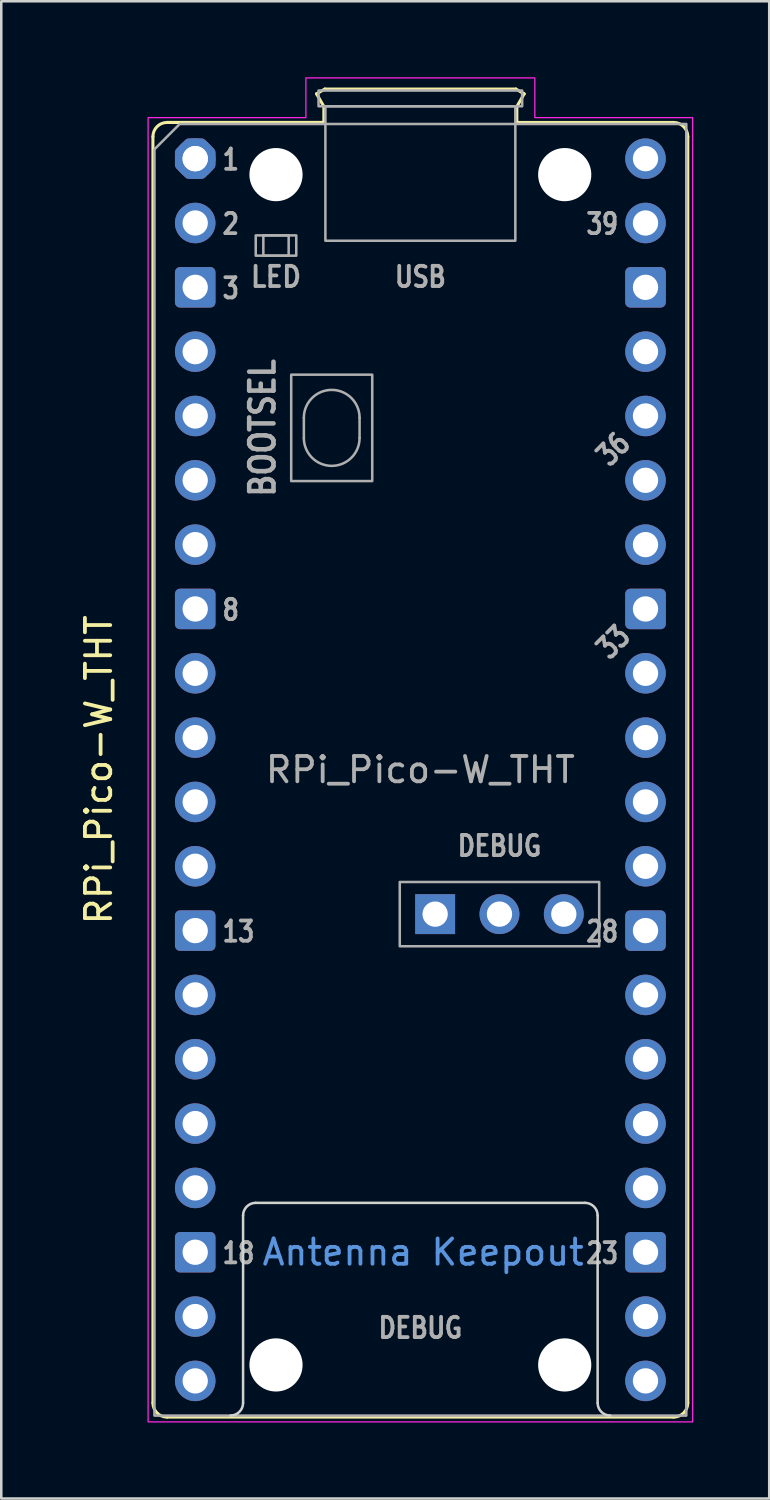
<source format=kicad_pcb>
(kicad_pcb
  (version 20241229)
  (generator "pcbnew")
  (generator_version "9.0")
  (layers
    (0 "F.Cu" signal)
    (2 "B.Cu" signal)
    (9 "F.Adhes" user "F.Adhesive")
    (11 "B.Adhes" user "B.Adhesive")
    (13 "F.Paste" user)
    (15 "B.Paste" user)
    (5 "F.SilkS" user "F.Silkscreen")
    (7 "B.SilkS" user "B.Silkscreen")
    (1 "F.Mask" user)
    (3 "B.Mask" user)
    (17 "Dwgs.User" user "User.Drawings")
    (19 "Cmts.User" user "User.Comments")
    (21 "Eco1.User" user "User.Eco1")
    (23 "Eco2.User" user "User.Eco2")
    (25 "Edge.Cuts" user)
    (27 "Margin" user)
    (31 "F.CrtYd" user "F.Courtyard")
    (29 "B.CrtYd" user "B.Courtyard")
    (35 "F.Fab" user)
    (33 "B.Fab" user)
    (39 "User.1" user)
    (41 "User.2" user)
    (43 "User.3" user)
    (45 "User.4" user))
  (footprint "RPi_Pico-W_THT"
    (layer "F.Cu")
    (at 4.658 3.215)
    (property "Reference" "RPi_Pico-W_THT" (at -3.81 24.13 270) (layer "F.SilkS") (effects (font (size 1 1) (thickness 0.15))))
    (attr through_hole)
    (fp_line (start -1.67 -0.87) (end -1.67 49.13) (stroke (width 0.12) (type solid)) (layer "F.SilkS"))
    (fp_line (start -1.11 -1.43) (end 5.08 -1.43) (stroke (width 0.12) (type solid)) (layer "F.SilkS"))
    (fp_line (start -1.11 49.69) (end 18.89 49.69) (stroke (width 0.12) (type solid)) (layer "F.SilkS"))
    (fp_line (start 4.79 -2.56) (end 5.12 -2.75) (stroke (width 0.12) (type solid)) (layer "F.SilkS"))
    (fp_line (start 5.08 -2.06) (end 4.79 -2.56) (stroke (width 0.12) (type solid)) (layer "F.SilkS"))
    (fp_line (start 5.08 -1.43) (end -1.11 -1.43) (stroke (width 0.12) (type solid)) (layer "F.SilkS"))
    (fp_line (start 5.08 -1.43) (end 5.08 -2.06) (stroke (width 0.12) (type solid)) (layer "F.SilkS"))
    (fp_line (start 5.12 -2.75) (end 12.66 -2.75) (stroke (width 0.12) (type solid)) (layer "F.SilkS"))
    (fp_line (start 12.66 -2.75) (end 12.99 -2.56) (stroke (width 0.12) (type solid)) (layer "F.SilkS"))
    (fp_line (start 12.7 -2.06) (end 12.7 -1.43) (stroke (width 0.12) (type solid)) (layer "F.SilkS"))
    (fp_line (start 12.99 -2.56) (end 12.7 -2.06) (stroke (width 0.12) (type solid)) (layer "F.SilkS"))
    (fp_line (start 18.89 -1.43) (end 12.7 -1.43) (stroke (width 0.12) (type solid)) (layer "F.SilkS"))
    (fp_line (start 19.45 -0.87) (end 19.45 49.13) (stroke (width 0.12) (type solid)) (layer "F.SilkS"))
    (fp_arc (start -1.67 -0.87) (mid -1.50598 -1.26598) (end -1.11 -1.43) (stroke (width 0.12) (type solid)) (layer "F.SilkS"))
    (fp_arc (start -1.11 49.69) (mid -1.50598 49.52598) (end -1.67 49.13) (stroke (width 0.12) (type solid)) (layer "F.SilkS"))
    (fp_arc (start 18.89 -1.43) (mid 19.28598 -1.26598) (end 19.45 -0.87) (stroke (width 0.12) (type solid)) (layer "F.SilkS"))
    (fp_arc (start 19.45 49.13) (mid 19.28598 49.52598) (end 18.89 49.69) (stroke (width 0.12) (type solid)) (layer "F.SilkS"))
    (fp_line (start 1.89 49.13) (end 1.89 41.73) (stroke (width 0.1) (type solid)) (layer "Edge.Cuts"))
    (fp_line (start 2.39 41.23) (end 15.39 41.23) (stroke (width 0.1) (type solid)) (layer "Edge.Cuts"))
    (fp_line (start 15.89 41.73) (end 15.89 49.13) (stroke (width 0.1) (type solid)) (layer "Edge.Cuts"))
    (fp_arc (start 1.89 41.73) (mid 2.036447 41.376447) (end 2.39 41.23) (stroke (width 0.1) (type solid)) (layer "Edge.Cuts"))
    (fp_arc (start 1.89 49.13) (mid 1.743553 49.483553) (end 1.39 49.63) (stroke (width 0.1) (type solid)) (layer "Edge.Cuts"))
    (fp_arc (start 15.39 41.23) (mid 15.743553 41.376447) (end 15.89 41.73) (stroke (width 0.1) (type solid)) (layer "Edge.Cuts"))
    (fp_arc (start 16.39 49.63) (mid 16.036447 49.483553) (end 15.89 49.13) (stroke (width 0.1) (type solid)) (layer "Edge.Cuts"))
    (fp_poly (pts (xy 13.41 -1.62) (xy 19.64 -1.62) (xy 19.64 49.88) (xy -1.86 49.88) (xy -1.86 -1.62) (xy 4.37 -1.62) (xy 4.37 -3.19) (xy 13.41 -3.19)) (stroke (width 0.05) (type solid)) (fill no) (layer "F.CrtYd"))
    (fp_line (start 4.29 10.23) (end 4.29 11.03) (stroke (width 0.1) (type solid)) (layer "F.Fab"))
    (fp_line (start 6.49 10.23) (end 6.49 11.03) (stroke (width 0.1) (type solid)) (layer "F.Fab"))
    (fp_rect (start 2.39 3.03) (end 3.99 3.83) (stroke (width 0.1) (type solid)) (fill no) (layer "F.Fab"))
    (fp_rect (start 2.69 3.03) (end 3.69 3.83) (stroke (width 0.1) (type solid)) (fill no) (layer "F.Fab"))
    (fp_rect (start 3.79 8.53) (end 6.99 12.73) (stroke (width 0.1) (type solid)) (fill no) (layer "F.Fab"))
    (fp_rect (start 4.87 -2.69) (end 12.91 -2.07) (stroke (width 0.1) (type solid)) (fill no) (layer "F.Fab"))
    (fp_rect (start 5.14 -2.07) (end 12.64 3.24) (stroke (width 0.1) (type solid)) (fill no) (layer "F.Fab"))
    (fp_rect (start 8.077 28.56) (end 15.951 31.1) (stroke (width 0.1) (type solid)) (fill no) (layer "F.Fab"))
    (fp_arc (start 4.29 10.23) (mid 5.39 9.13) (end 6.49 10.23) (stroke (width 0.1) (type solid)) (layer "F.Fab"))
    (fp_arc (start 6.49 11.03) (mid 5.39 12.13) (end 4.29 11.03) (stroke (width 0.1) (type solid)) (layer "F.Fab"))
    (fp_poly (pts (xy 19.39 49.63) (xy -1.61 49.63) (xy -1.61 -0.37) (xy -0.61 -1.37) (xy 19.39 -1.37)) (stroke (width 0.1) (type solid)) (fill no) (layer "F.Fab"))
    (fp_text user "Antenna Keepout" (at 9 43.18 0) (unlocked yes) (layer "Cmts.User") (effects (font (size 1 1) (thickness 0.15))))
    (fp_text user "${REFERENCE}" (at 8.89 24.13 0) (unlocked yes) (layer "F.Fab") (effects (font (size 1 1) (thickness 0.15))))
    (fp_text user "36" (at 16.51 11.468 45) (unlocked yes) (layer "F.Fab") (effects (font (size 0.8 0.64) (thickness 0.15))))
    (fp_text user "8" (at 1 17.818 0) (unlocked yes) (layer "F.Fab") (effects (font (size 0.8 0.64) (thickness 0.15)) (justify left)))
    (fp_text user "2" (at 1 2.578 0) (unlocked yes) (layer "F.Fab") (effects (font (size 0.8 0.64) (thickness 0.15)) (justify left)))
    (fp_text user "BOOTSEL" (at 2.656 10.63 90) (unlocked yes) (layer "F.Fab") (effects (font (size 0.96 0.825) (thickness 0.18))))
    (fp_text user "LED" (at 3.19 4.668 0) (unlocked yes) (layer "F.Fab") (effects (font (size 0.8 0.72) (thickness 0.15))))
    (fp_text user "13" (at 1 30.518 0) (unlocked yes) (layer "F.Fab") (effects (font (size 0.8 0.64) (thickness 0.15)) (justify left)))
    (fp_text user "DEBUG" (at 8.89 46.168 0) (unlocked yes) (layer "F.Fab") (effects (font (size 0.8 0.66) (thickness 0.15))))
    (fp_text user "28" (at 16.78 30.518 0) (unlocked yes) (layer "F.Fab") (effects (font (size 0.8 0.64) (thickness 0.15)) (justify right)))
    (fp_text user "USB" (at 8.89 4.668 0) (unlocked yes) (layer "F.Fab") (effects (font (size 0.8 0.66) (thickness 0.15))))
    (fp_text user "18" (at 1 43.218 0) (unlocked yes) (layer "F.Fab") (effects (font (size 0.8 0.64) (thickness 0.15)) (justify left)))
    (fp_text user "1" (at 1 0.038 0) (unlocked yes) (layer "F.Fab") (effects (font (size 0.8 0.64) (thickness 0.15)) (justify left)))
    (fp_text user "39" (at 16.78 2.578 0) (unlocked yes) (layer "F.Fab") (effects (font (size 0.8 0.64) (thickness 0.15)) (justify right)))
    (fp_text user "3" (at 1 5.118 0) (unlocked yes) (layer "F.Fab") (effects (font (size 0.8 0.64) (thickness 0.15)) (justify left)))
    (fp_text user "23" (at 16.78 43.218 0) (unlocked yes) (layer "F.Fab") (effects (font (size 0.8 0.64) (thickness 0.15)) (justify right)))
    (fp_text user "33" (at 16.51 19.088 45) (unlocked yes) (layer "F.Fab") (effects (font (size 0.8 0.64) (thickness 0.15))))
    (fp_text user "DEBUG" (at 12.014 27.138 0) (unlocked yes) (layer "F.Fab") (effects (font (size 0.8 0.66) (thickness 0.15))))
    (pad "" np_thru_hole circle (at 3.19 0.63) (size 2.1 2.1) (drill 2.1) (layers "*.Cu" "*.Mask"))
    (pad "" np_thru_hole circle (at 3.19 47.63) (size 2.1 2.1) (drill 2.1) (layers "*.Cu" "*.Mask"))
    (pad "" np_thru_hole circle (at 14.59 0.63) (size 2.1 2.1) (drill 2.1) (layers "*.Cu" "*.Mask"))
    (pad "" np_thru_hole circle (at 14.59 47.63) (size 2.1 2.1) (drill 2.1) (layers "*.Cu" "*.Mask"))
    (pad "1" thru_hole circle (at 0 0) (size 1.6 1.6) (drill 1) (layers "*.Cu" "*.Mask"))
    (pad "1" thru_hole custom (at 0 0) (size 1.6 1.6) (drill 1) (layers "*.Cu" "*.Mask") (options (anchor circle)) (primitives (gr_poly (pts (xy 0.6 0.249) (xy 0.249 0.6) (xy -0.249 0.6) (xy -0.6 0.249) (xy -0.6 -0.249) (xy -0.249 -0.6) (xy 0.249 -0.6) (xy 0.6 -0.249)) (width 0.4) (fill yes))))
    (pad "2" thru_hole circle (at 0 2.54) (size 1.6 1.6) (drill 1) (layers "*.Cu" "*.Mask"))
    (pad "3" thru_hole roundrect (at 0 5.08) (size 1.6 1.6) (drill 1) (layers "*.Cu" "*.Mask") (roundrect_rratio 0.125))
    (pad "4" thru_hole circle (at 0 7.62) (size 1.6 1.6) (drill 1) (layers "*.Cu" "*.Mask"))
    (pad "5" thru_hole circle (at 0 10.16) (size 1.6 1.6) (drill 1) (layers "*.Cu" "*.Mask"))
    (pad "6" thru_hole circle (at 0 12.7) (size 1.6 1.6) (drill 1) (layers "*.Cu" "*.Mask"))
    (pad "7" thru_hole circle (at 0 15.24) (size 1.6 1.6) (drill 1) (layers "*.Cu" "*.Mask"))
    (pad "8" thru_hole roundrect (at 0 17.78) (size 1.6 1.6) (drill 1) (layers "*.Cu" "*.Mask") (roundrect_rratio 0.125))
    (pad "9" thru_hole circle (at 0 20.32) (size 1.6 1.6) (drill 1) (layers "*.Cu" "*.Mask"))
    (pad "10" thru_hole circle (at 0 22.86) (size 1.6 1.6) (drill 1) (layers "*.Cu" "*.Mask"))
    (pad "11" thru_hole circle (at 0 25.4) (size 1.6 1.6) (drill 1) (layers "*.Cu" "*.Mask"))
    (pad "12" thru_hole circle (at 0 27.94) (size 1.6 1.6) (drill 1) (layers "*.Cu" "*.Mask"))
    (pad "13" thru_hole roundrect (at 0 30.48) (size 1.6 1.6) (drill 1) (layers "*.Cu" "*.Mask") (roundrect_rratio 0.125))
    (pad "14" thru_hole circle (at 0 33.02) (size 1.6 1.6) (drill 1) (layers "*.Cu" "*.Mask"))
    (pad "15" thru_hole circle (at 0 35.56) (size 1.6 1.6) (drill 1) (layers "*.Cu" "*.Mask"))
    (pad "16" thru_hole circle (at 0 38.1) (size 1.6 1.6) (drill 1) (layers "*.Cu" "*.Mask"))
    (pad "17" thru_hole circle (at 0 40.64) (size 1.6 1.6) (drill 1) (layers "*.Cu" "*.Mask"))
    (pad "18" thru_hole roundrect (at 0 43.18) (size 1.6 1.6) (drill 1) (layers "*.Cu" "*.Mask") (roundrect_rratio 0.125))
    (pad "19" thru_hole circle (at 0 45.72) (size 1.6 1.6) (drill 1) (layers "*.Cu" "*.Mask"))
    (pad "20" thru_hole circle (at 0 48.26) (size 1.6 1.6) (drill 1) (layers "*.Cu" "*.Mask"))
    (pad "21" thru_hole circle (at 17.78 48.26) (size 1.6 1.6) (drill 1) (layers "*.Cu" "*.Mask"))
    (pad "22" thru_hole circle (at 17.78 45.72) (size 1.6 1.6) (drill 1) (layers "*.Cu" "*.Mask"))
    (pad "23" thru_hole roundrect (at 17.78 43.18) (size 1.6 1.6) (drill 1) (layers "*.Cu" "*.Mask") (roundrect_rratio 0.125))
    (pad "24" thru_hole circle (at 17.78 40.64) (size 1.6 1.6) (drill 1) (layers "*.Cu" "*.Mask"))
    (pad "25" thru_hole circle (at 17.78 38.1) (size 1.6 1.6) (drill 1) (layers "*.Cu" "*.Mask"))
    (pad "26" thru_hole circle (at 17.78 35.56) (size 1.6 1.6) (drill 1) (layers "*.Cu" "*.Mask"))
    (pad "27" thru_hole circle (at 17.78 33.02) (size 1.6 1.6) (drill 1) (layers "*.Cu" "*.Mask"))
    (pad "28" thru_hole roundrect (at 17.78 30.48) (size 1.6 1.6) (drill 1) (layers "*.Cu" "*.Mask") (roundrect_rratio 0.125))
    (pad "29" thru_hole circle (at 17.78 27.94) (size 1.6 1.6) (drill 1) (layers "*.Cu" "*.Mask"))
    (pad "30" thru_hole circle (at 17.78 25.4) (size 1.6 1.6) (drill 1) (layers "*.Cu" "*.Mask"))
    (pad "31" thru_hole circle (at 17.78 22.86) (size 1.6 1.6) (drill 1) (layers "*.Cu" "*.Mask"))
    (pad "32" thru_hole circle (at 17.78 20.32) (size 1.6 1.6) (drill 1) (layers "*.Cu" "*.Mask"))
    (pad "33" thru_hole roundrect (at 17.78 17.78) (size 1.6 1.6) (drill 1) (layers "*.Cu" "*.Mask") (roundrect_rratio 0.125))
    (pad "34" thru_hole circle (at 17.78 15.24) (size 1.6 1.6) (drill 1) (layers "*.Cu" "*.Mask"))
    (pad "35" thru_hole circle (at 17.78 12.7) (size 1.6 1.6) (drill 1) (layers "*.Cu" "*.Mask"))
    (pad "36" thru_hole circle (at 17.78 10.16) (size 1.6 1.6) (drill 1) (layers "*.Cu" "*.Mask"))
    (pad "37" thru_hole circle (at 17.78 7.62) (size 1.6 1.6) (drill 1) (layers "*.Cu" "*.Mask"))
    (pad "38" thru_hole roundrect (at 17.78 5.08) (size 1.6 1.6) (drill 1) (layers "*.Cu" "*.Mask") (roundrect_rratio 0.125))
    (pad "39" thru_hole circle (at 17.78 2.54) (size 1.6 1.6) (drill 1) (layers "*.Cu" "*.Mask"))
    (pad "40" thru_hole circle (at 17.78 0) (size 1.6 1.6) (drill 1) (layers "*.Cu" "*.Mask"))
    (pad "41" thru_hole rect (at 9.474 29.83) (size 1.575 1.575) (drill 1) (layers "*.Cu" "*.Mask"))
    (pad "42" thru_hole circle (at 12.014 29.83) (size 1.575 1.575) (drill 1) (layers "*.Cu" "*.Mask"))
    (pad "43" thru_hole circle (at 14.554 29.83) (size 1.575 1.575) (drill 1) (layers "*.Cu" "*.Mask"))
    (zone (net_name "") (layers "F.Cu" "F.Mask" "B.Cu" "B.Mask" "F.SilkS" "B.SilkS" "F.Adhes" "B.Adhes" "F.Paste" "B.Paste") (name "Antenna Keepout") (hatch full 0.508) (connect_pads) (min_thickness 0.254) (filled_areas_thickness no) (keepout (tracks not_allowed) (vias not_allowed) (pads not_allowed) (copperpour not_allowed) (footprints not_allowed)) (placement (enabled no)) (fill) (polygon (pts (xy 20.548 52.845) (xy 6.548 52.845) (xy 6.548 44.445) (xy 20.548 44.445)))))
  (gr_rect
    (start -3 -3)
    (end 27.323 56.12)
    (stroke (width 0.1) (type default))
    (fill no)
    (layer "Edge.Cuts")))
</source>
